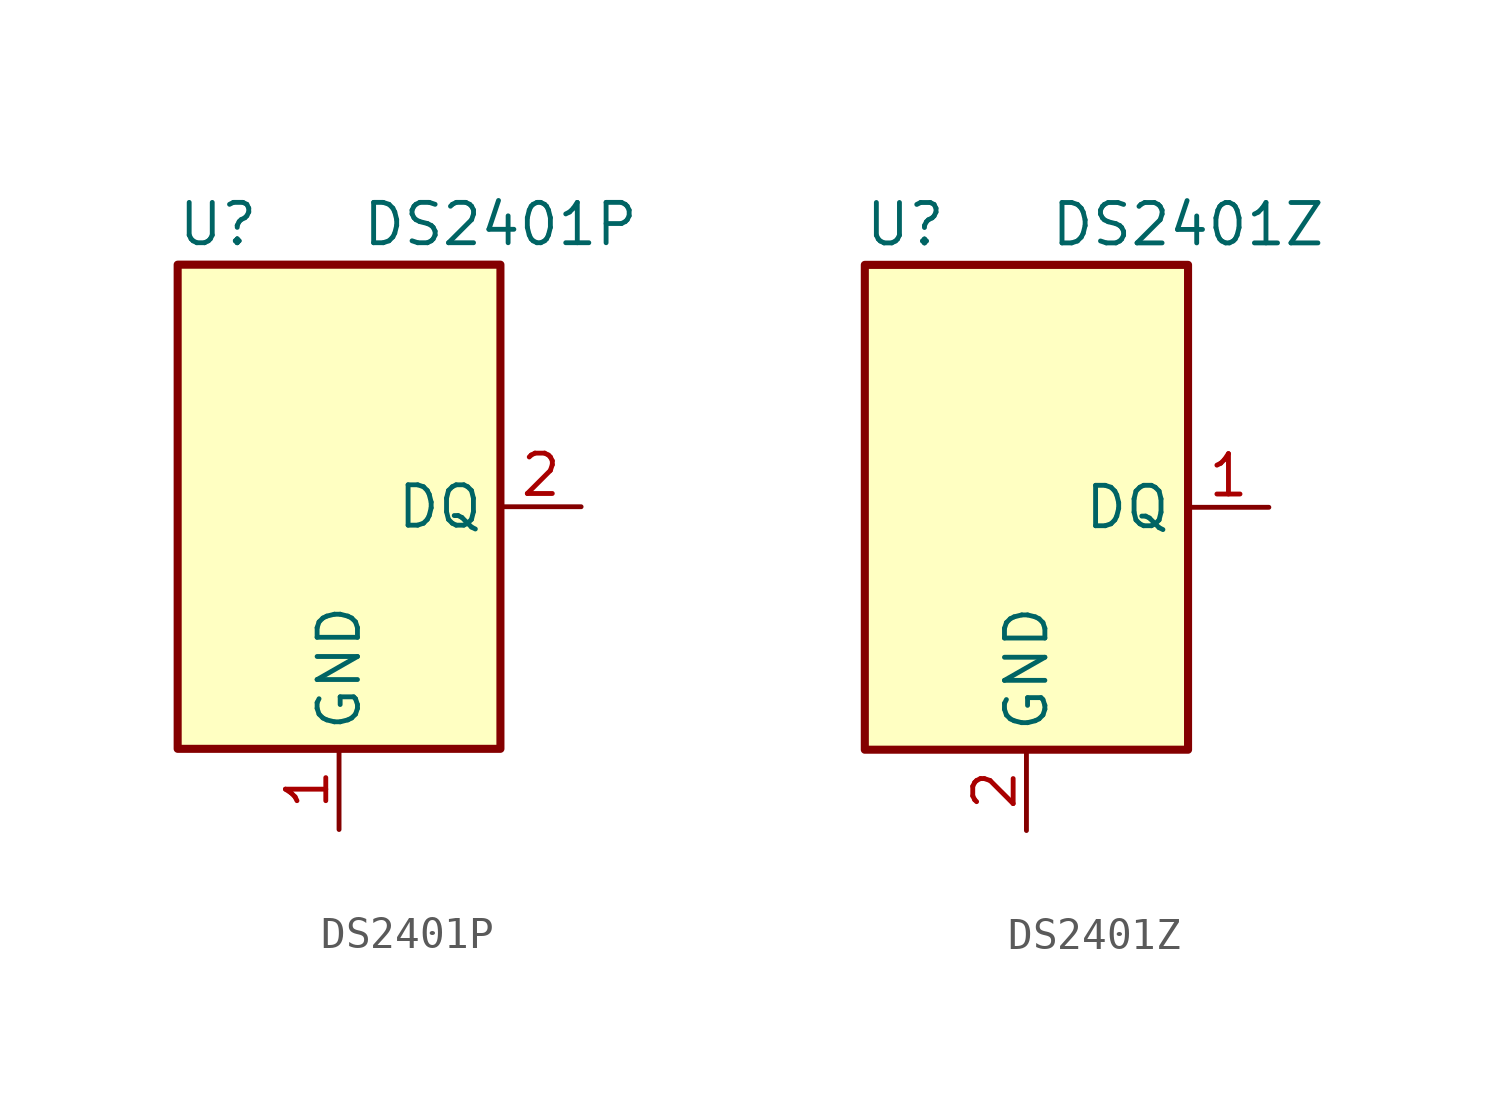
<source format=kicad_sym>
(kicad_symbol_lib
  (version 20241209)
  (generator "kicad_symbol_editor")
  (generator_version "9.0")
  (symbol "DS2401P"
    (property "Reference" "U"
      (at -3.81 8.89 0)
      (effects (font (size 1.27 1.27))))
    (property "Value" "DS2401P"
      (at 5.08 8.89 0)
      (effects (font (size 1.27 1.27))))
    (symbol "DS2401P_0_1"
      (rectangle (start 5.08 -7.62) (end -5.08 7.62) (stroke (width 0.254) (type default)) (fill (type background))))
    (symbol "DS2401P_1_1"
      (pin no_connect line (at -5.08 5.08 0) (length 2.54) (hide yes) (name "NC" (effects (font (size 1.27 1.27)))) (number "3" (effects (font (size 1.27 1.27)))))
      (pin no_connect line (at -5.08 2.54 0) (length 2.54) (hide yes) (name "NC" (effects (font (size 1.27 1.27)))) (number "4" (effects (font (size 1.27 1.27)))))
      (pin no_connect line (at -5.08 -2.54 0) (length 2.54) (hide yes) (name "NC" (effects (font (size 1.27 1.27)))) (number "5" (effects (font (size 1.27 1.27)))))
      (pin no_connect line (at -5.08 -5.08 0) (length 2.54) (hide yes) (name "NC" (effects (font (size 1.27 1.27)))) (number "6" (effects (font (size 1.27 1.27)))))
      (pin power_in line (at 0 -10.16 90) (length 2.54) (name "GND" (effects (font (size 1.27 1.27)))) (number "1" (effects (font (size 1.27 1.27)))))
      (pin bidirectional line (at 7.62 0 180) (length 2.54) (name "DQ" (effects (font (size 1.27 1.27)))) (number "2" (effects (font (size 1.27 1.27)))))))
  (symbol "DS2401Z"
    (property "Reference" "U"
      (at -3.81 8.89 0)
      (effects (font (size 1.27 1.27))))
    (property "Value" "DS2401Z"
      (at 5.08 8.89 0)
      (effects (font (size 1.27 1.27))))
    (symbol "DS2401Z_0_1"
      (rectangle (start 5.08 -7.62) (end -5.08 7.62) (stroke (width 0.254) (type default)) (fill (type background))))
    (symbol "DS2401Z_1_1"
      (pin no_connect line (at -5.08 0 0) (length 2.54) (hide yes) (name "NC" (effects (font (size 1.27 1.27)))) (number "3" (effects (font (size 1.27 1.27)))))
      (pin power_in line (at 0 -10.16 90) (length 2.54) (name "GND" (effects (font (size 1.27 1.27)))) (number "2" (effects (font (size 1.27 1.27)))))
      (pin passive line (at 0 -10.16 90) (length 2.54) (hide yes) (name "GND" (effects (font (size 1.27 1.27)))) (number "4" (effects (font (size 1.27 1.27)))))
      (pin bidirectional line (at 7.62 0 180) (length 2.54) (name "DQ" (effects (font (size 1.27 1.27)))) (number "1" (effects (font (size 1.27 1.27))))))))
</source>
